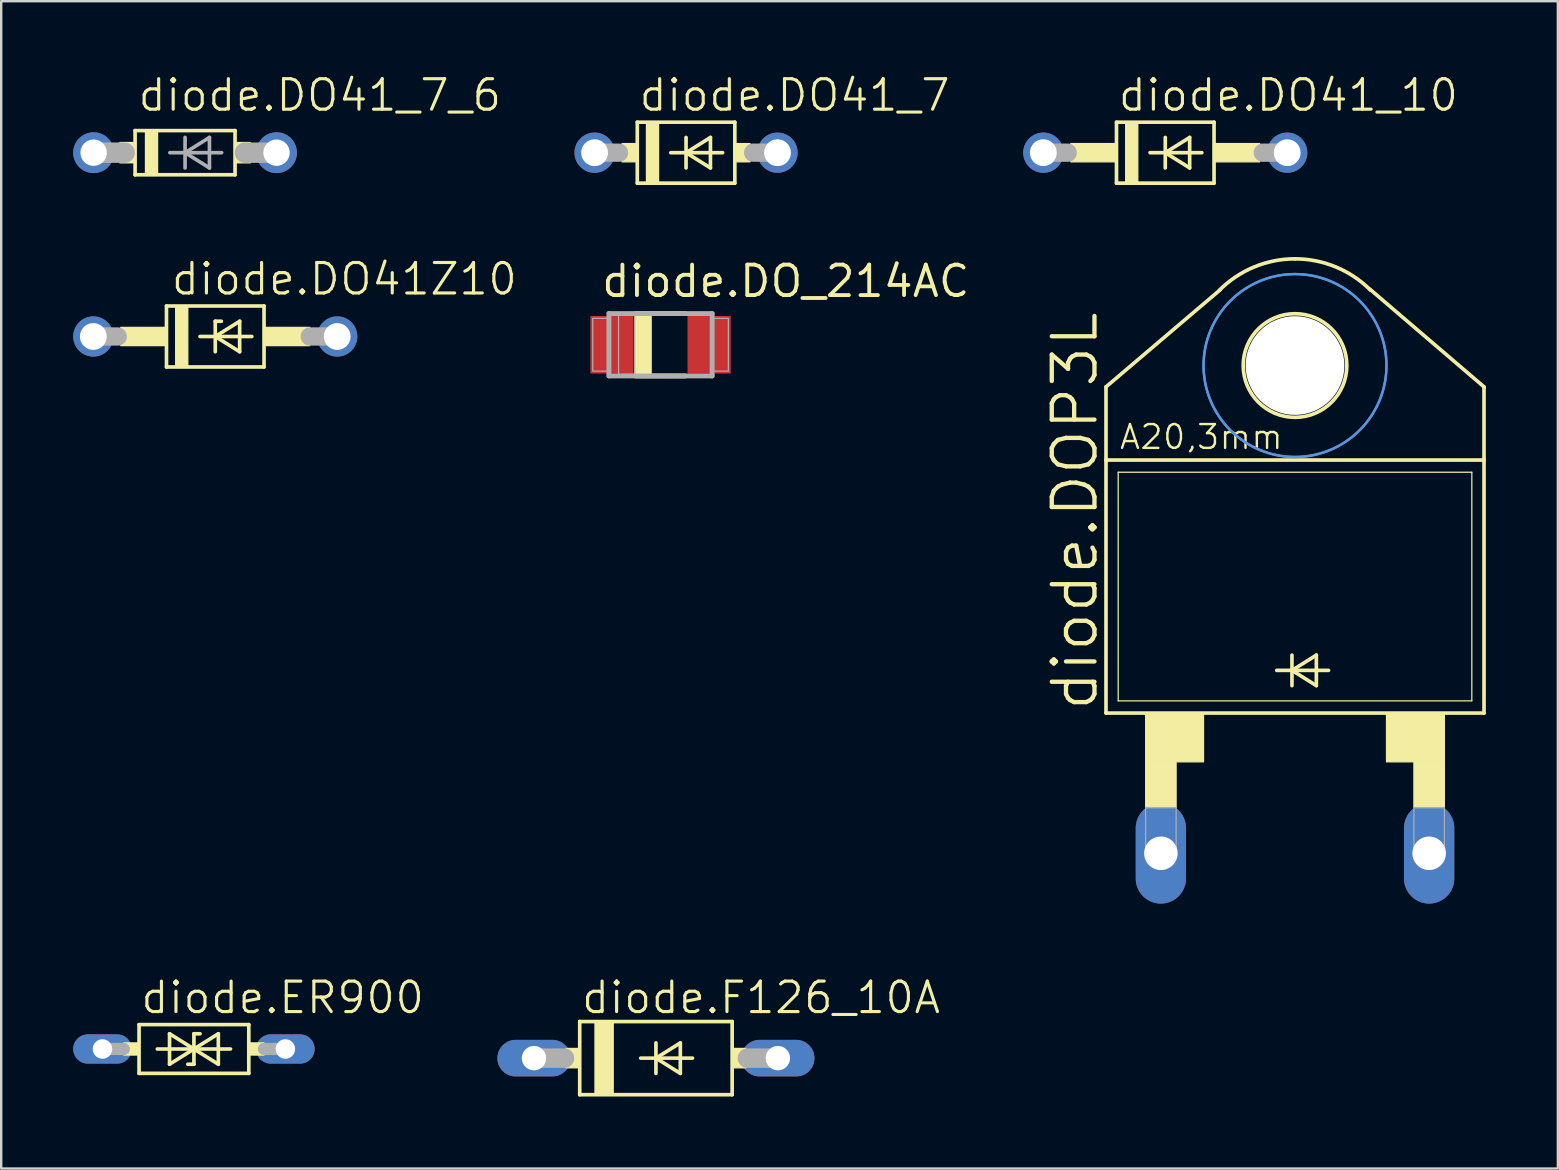
<source format=kicad_pcb>
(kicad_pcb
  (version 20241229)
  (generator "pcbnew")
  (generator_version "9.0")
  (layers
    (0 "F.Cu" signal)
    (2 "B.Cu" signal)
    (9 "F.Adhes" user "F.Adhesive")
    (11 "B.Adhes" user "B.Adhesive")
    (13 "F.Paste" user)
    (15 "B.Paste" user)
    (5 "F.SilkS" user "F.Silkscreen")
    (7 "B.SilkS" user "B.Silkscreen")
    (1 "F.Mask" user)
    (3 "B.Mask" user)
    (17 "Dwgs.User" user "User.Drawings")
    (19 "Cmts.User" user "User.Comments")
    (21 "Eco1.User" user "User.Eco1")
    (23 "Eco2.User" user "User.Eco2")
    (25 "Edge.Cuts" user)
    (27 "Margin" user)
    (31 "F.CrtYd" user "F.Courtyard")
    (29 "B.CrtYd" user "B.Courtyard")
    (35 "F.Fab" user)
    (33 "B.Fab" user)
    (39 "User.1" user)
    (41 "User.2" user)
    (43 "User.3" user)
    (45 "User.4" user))
  (footprint "diode.F126_10A"
    (layer "F.Cu")
    (at 24.276 41.032)
    (property "Reference" "diode.F126_10A" (at -3.175 -1.778 0) (layer "F.SilkS") (effects (font (size 1.27 1.27) (thickness 0.13)) (justify left bottom)))
    (attr through_hole)
    (fp_line (start -3.175 -1.524) (end -3.175 1.524) (stroke (width 0.152) (type default)) (layer "F.SilkS"))
    (fp_line (start -3.175 1.524) (end 3.175 1.524) (stroke (width 0.152) (type default)) (layer "F.SilkS"))
    (fp_line (start -0.635 0) (end 0 0) (stroke (width 0.152) (type default)) (layer "F.SilkS"))
    (fp_line (start 0 -0.635) (end 0 0) (stroke (width 0.152) (type default)) (layer "F.SilkS"))
    (fp_line (start 0 0) (end 0 0.635) (stroke (width 0.152) (type default)) (layer "F.SilkS"))
    (fp_line (start 0 0) (end 1.016 -0.635) (stroke (width 0.152) (type default)) (layer "F.SilkS"))
    (fp_line (start 0 0) (end 1.524 0) (stroke (width 0.152) (type default)) (layer "F.SilkS"))
    (fp_line (start 1.016 -0.635) (end 1.016 0.635) (stroke (width 0.152) (type default)) (layer "F.SilkS"))
    (fp_line (start 1.016 0.635) (end 0 0) (stroke (width 0.152) (type default)) (layer "F.SilkS"))
    (fp_line (start 3.175 -1.524) (end -3.175 -1.524) (stroke (width 0.152) (type default)) (layer "F.SilkS"))
    (fp_line (start 3.175 1.524) (end 3.175 -1.524) (stroke (width 0.152) (type default)) (layer "F.SilkS"))
    (fp_rect (start -3.734 0.406) (end -3.175 -0.406) (stroke (width 0.05) (type default)) (fill yes) (layer "F.SilkS"))
    (fp_rect (start -2.54 1.524) (end -1.778 -1.524) (stroke (width 0.05) (type default)) (fill yes) (layer "F.SilkS"))
    (fp_rect (start 3.175 0.406) (end 3.734 -0.406) (stroke (width 0.05) (type default)) (fill yes) (layer "F.SilkS"))
    (fp_line (start -5.08 0) (end -3.81 0) (stroke (width 0.813) (type default)) (layer "F.Fab"))
    (fp_line (start 5.08 0) (end 3.81 0) (stroke (width 0.813) (type default)) (layer "F.Fab"))
    (pad "A" thru_hole oval (at 5.08 0) (size 3.048 1.524) (drill 1.016) (layers "*.Cu" "*.Mask"))
    (pad "C" thru_hole oval (at -5.08 0) (size 3.048 1.524) (drill 1.016) (layers "*.Cu" "*.Mask")))
  (footprint "diode.DO41Z10"
    (layer "F.Cu")
    (at 5.918 10.968)
    (property "Reference" "diode.DO41Z10" (at -1.905 -1.651 0) (layer "F.SilkS") (effects (font (size 1.27 1.27) (thickness 0.13)) (justify left bottom)))
    (attr through_hole)
    (fp_line (start -2.032 -1.27) (end -2.032 1.27) (stroke (width 0.152) (type default)) (layer "F.SilkS"))
    (fp_line (start -2.032 -1.27) (end 2.032 -1.27) (stroke (width 0.152) (type default)) (layer "F.SilkS"))
    (fp_line (start -0.635 0) (end 0 0) (stroke (width 0.152) (type default)) (layer "F.SilkS"))
    (fp_line (start 0 -0.635) (end 0 0) (stroke (width 0.152) (type default)) (layer "F.SilkS"))
    (fp_line (start 0 0) (end 0 0.635) (stroke (width 0.152) (type default)) (layer "F.SilkS"))
    (fp_line (start 0 0) (end 1.016 -0.635) (stroke (width 0.152) (type default)) (layer "F.SilkS"))
    (fp_line (start 0 0) (end 1.524 0) (stroke (width 0.152) (type default)) (layer "F.SilkS"))
    (fp_line (start 0.254 -0.635) (end 0 -0.635) (stroke (width 0.152) (type default)) (layer "F.SilkS"))
    (fp_line (start 1.016 -0.635) (end 1.016 0.635) (stroke (width 0.152) (type default)) (layer "F.SilkS"))
    (fp_line (start 1.016 0.635) (end 0 0) (stroke (width 0.152) (type default)) (layer "F.SilkS"))
    (fp_line (start 2.032 1.27) (end -2.032 1.27) (stroke (width 0.152) (type default)) (layer "F.SilkS"))
    (fp_line (start 2.032 1.27) (end 2.032 -1.27) (stroke (width 0.152) (type default)) (layer "F.SilkS"))
    (fp_rect (start -3.937 0.381) (end -2.032 -0.381) (stroke (width 0.05) (type default)) (fill yes) (layer "F.SilkS"))
    (fp_rect (start -1.651 1.27) (end -1.143 -1.27) (stroke (width 0.05) (type default)) (fill yes) (layer "F.SilkS"))
    (fp_rect (start 2.032 0.381) (end 3.937 -0.381) (stroke (width 0.05) (type default)) (fill yes) (layer "F.SilkS"))
    (fp_line (start -5.08 0) (end -4.064 0) (stroke (width 0.762) (type default)) (layer "F.Fab"))
    (fp_line (start 5.08 0) (end 3.937 0) (stroke (width 0.762) (type default)) (layer "F.Fab"))
    (pad "A" thru_hole circle (at 5.08 0) (size 1.676 1.676) (drill 1.118) (layers "*.Cu" "*.Mask"))
    (pad "C" thru_hole circle (at -5.08 0) (size 1.676 1.676) (drill 1.118) (layers "*.Cu" "*.Mask")))
  (footprint "diode.DO_214AC"
    (layer "F.Cu")
    (at 24.468 11.312)
    (property "Reference" "diode.DO_214AC" (at -2.54 -1.905 0) (layer "F.SilkS") (effects (font (size 1.27 1.27) (thickness 0.16)) (justify left bottom)))
    (attr smd)
    (fp_line (start -1.035 -1.3) (end 1.025 -1.3) (stroke (width 0.203) (type default)) (layer "F.SilkS"))
    (fp_line (start 1.025 1.3) (end -1.035 1.3) (stroke (width 0.203) (type default)) (layer "F.SilkS"))
    (fp_rect (start -1.065 1.225) (end -0.39 -1.225) (stroke (width 0.05) (type default)) (fill yes) (layer "F.SilkS"))
    (fp_line (start -2.15 -1.3) (end 2.15 -1.3) (stroke (width 0.203) (type default)) (layer "F.Fab"))
    (fp_line (start -2.15 1.3) (end -2.15 -1.3) (stroke (width 0.203) (type default)) (layer "F.Fab"))
    (fp_line (start 2.15 -1.3) (end 2.15 1.3) (stroke (width 0.203) (type default)) (layer "F.Fab"))
    (fp_line (start 2.15 1.3) (end -2.15 1.3) (stroke (width 0.203) (type default)) (layer "F.Fab"))
    (fp_rect (start -2.825 1.1) (end -2.175 -1.1) (stroke (width 0.05) (type default)) (fill no) (layer "F.Fab"))
    (fp_rect (start -1.75 1.225) (end -1.075 -1.225) (stroke (width 0.05) (type default)) (fill no) (layer "F.Fab"))
    (fp_rect (start 2.175 1.1) (end 2.825 -1.1) (stroke (width 0.05) (type default)) (fill no) (layer "F.Fab"))
    (pad "A" smd roundrect (at 2.025 0 180) (size 1.8 2.4) (layers "F.Cu" "F.Mask" "F.Paste") (roundrect_rratio 0.01))
    (pad "C" smd roundrect (at -2.025 0) (size 1.8 2.4) (layers "F.Cu" "F.Mask" "F.Paste") (roundrect_rratio 0.01)))
  (footprint "diode.DO41_7_6"
    (layer "F.Cu")
    (at 4.66 3.311)
    (property "Reference" "diode.DO41_7_6" (at -2.032 -1.651 0) (layer "F.SilkS") (effects (font (size 1.27 1.27) (thickness 0.13)) (justify left bottom)))
    (attr through_hole)
    (fp_line (start -2.082 -0.92) (end -2.082 0.92) (stroke (width 0.152) (type default)) (layer "F.SilkS"))
    (fp_line (start -2.082 -0.92) (end 2.082 -0.92) (stroke (width 0.152) (type default)) (layer "F.SilkS"))
    (fp_line (start 2.082 0.92) (end -2.082 0.92) (stroke (width 0.152) (type default)) (layer "F.SilkS"))
    (fp_line (start 2.082 0.92) (end 2.082 -0.92) (stroke (width 0.152) (type default)) (layer "F.SilkS"))
    (fp_rect (start -2.717 0.425) (end -2.082 -0.425) (stroke (width 0.05) (type default)) (fill yes) (layer "F.SilkS"))
    (fp_rect (start -1.651 0.95) (end -1.143 -0.92) (stroke (width 0.05) (type default)) (fill yes) (layer "F.SilkS"))
    (fp_rect (start 2.082 0.425) (end 2.717 -0.425) (stroke (width 0.05) (type default)) (fill yes) (layer "F.SilkS"))
    (fp_line (start -3.81 0) (end -2.519 0) (stroke (width 0.85) (type default)) (layer "F.Fab"))
    (fp_line (start -0.635 0) (end 0 0) (stroke (width 0.152) (type default)) (layer "F.Fab"))
    (fp_line (start 0 -0.635) (end 0 0) (stroke (width 0.152) (type default)) (layer "F.Fab"))
    (fp_line (start 0 0) (end 0 0.635) (stroke (width 0.152) (type default)) (layer "F.Fab"))
    (fp_line (start 0 0) (end 1.016 -0.635) (stroke (width 0.152) (type default)) (layer "F.Fab"))
    (fp_line (start 0 0) (end 1.524 0) (stroke (width 0.152) (type default)) (layer "F.Fab"))
    (fp_line (start 1.016 -0.635) (end 1.016 0.635) (stroke (width 0.152) (type default)) (layer "F.Fab"))
    (fp_line (start 1.016 0.635) (end 0 0) (stroke (width 0.152) (type default)) (layer "F.Fab"))
    (fp_line (start 3.81 0) (end 2.494 0) (stroke (width 0.85) (type default)) (layer "F.Fab"))
    (pad "A" thru_hole circle (at 3.81 0) (size 1.7 1.7) (drill 1.1) (layers "*.Cu" "*.Mask"))
    (pad "C" thru_hole circle (at -3.81 0) (size 1.7 1.7) (drill 1.1) (layers "*.Cu" "*.Mask")))
  (footprint "diode.DO41_7"
    (layer "F.Cu")
    (at 25.531 3.311)
    (property "Reference" "diode.DO41_7" (at -2.032 -1.651 0) (layer "F.SilkS") (effects (font (size 1.27 1.27) (thickness 0.13)) (justify left bottom)))
    (attr through_hole)
    (fp_line (start -2.032 -1.27) (end -2.032 1.27) (stroke (width 0.152) (type default)) (layer "F.SilkS"))
    (fp_line (start -2.032 -1.27) (end 2.032 -1.27) (stroke (width 0.152) (type default)) (layer "F.SilkS"))
    (fp_line (start -0.635 0) (end 0 0) (stroke (width 0.152) (type default)) (layer "F.SilkS"))
    (fp_line (start 0 -0.635) (end 0 0) (stroke (width 0.152) (type default)) (layer "F.SilkS"))
    (fp_line (start 0 0) (end 0 0.635) (stroke (width 0.152) (type default)) (layer "F.SilkS"))
    (fp_line (start 0 0) (end 1.016 -0.635) (stroke (width 0.152) (type default)) (layer "F.SilkS"))
    (fp_line (start 0 0) (end 1.524 0) (stroke (width 0.152) (type default)) (layer "F.SilkS"))
    (fp_line (start 1.016 -0.635) (end 1.016 0.635) (stroke (width 0.152) (type default)) (layer "F.SilkS"))
    (fp_line (start 1.016 0.635) (end 0 0) (stroke (width 0.152) (type default)) (layer "F.SilkS"))
    (fp_line (start 2.032 1.27) (end -2.032 1.27) (stroke (width 0.152) (type default)) (layer "F.SilkS"))
    (fp_line (start 2.032 1.27) (end 2.032 -1.27) (stroke (width 0.152) (type default)) (layer "F.SilkS"))
    (fp_rect (start -2.667 0.381) (end -2.032 -0.381) (stroke (width 0.05) (type default)) (fill yes) (layer "F.SilkS"))
    (fp_rect (start -1.651 1.27) (end -1.143 -1.27) (stroke (width 0.05) (type default)) (fill yes) (layer "F.SilkS"))
    (fp_rect (start 2.032 0.381) (end 2.667 -0.381) (stroke (width 0.05) (type default)) (fill yes) (layer "F.SilkS"))
    (fp_line (start -3.81 0) (end -2.794 0) (stroke (width 0.762) (type default)) (layer "F.Fab"))
    (fp_line (start 3.81 0) (end 2.794 0) (stroke (width 0.762) (type default)) (layer "F.Fab"))
    (pad "A" thru_hole circle (at 3.81 0) (size 1.676 1.676) (drill 1.118) (layers "*.Cu" "*.Mask"))
    (pad "C" thru_hole circle (at -3.81 0) (size 1.676 1.676) (drill 1.118) (layers "*.Cu" "*.Mask")))
  (footprint "diode.ER900"
    (layer "F.Cu")
    (at 5.029 40.651)
    (property "Reference" "diode.ER900" (at -2.286 -1.397 0) (layer "F.SilkS") (effects (font (size 1.27 1.27) (thickness 0.13)) (justify left bottom)))
    (attr through_hole)
    (fp_line (start -2.286 -1.016) (end -2.286 1.016) (stroke (width 0.152) (type default)) (layer "F.SilkS"))
    (fp_line (start -2.286 1.016) (end 2.286 1.016) (stroke (width 0.152) (type default)) (layer "F.SilkS"))
    (fp_line (start -1.016 -0.635) (end 0 0) (stroke (width 0.152) (type default)) (layer "F.SilkS"))
    (fp_line (start -1.016 0.635) (end -1.016 -0.635) (stroke (width 0.152) (type default)) (layer "F.SilkS"))
    (fp_line (start -0.254 0.635) (end 0 0.635) (stroke (width 0.152) (type default)) (layer "F.SilkS"))
    (fp_line (start 0 -0.635) (end 0 0) (stroke (width 0.152) (type default)) (layer "F.SilkS"))
    (fp_line (start 0 0) (end -1.524 0) (stroke (width 0.152) (type default)) (layer "F.SilkS"))
    (fp_line (start 0 0) (end -1.016 0.635) (stroke (width 0.152) (type default)) (layer "F.SilkS"))
    (fp_line (start 0 0) (end 1.016 -0.635) (stroke (width 0.152) (type default)) (layer "F.SilkS"))
    (fp_line (start 0 0) (end 1.524 0) (stroke (width 0.152) (type default)) (layer "F.SilkS"))
    (fp_line (start 0 0.635) (end 0 0) (stroke (width 0.152) (type default)) (layer "F.SilkS"))
    (fp_line (start 0.254 -0.635) (end 0 -0.635) (stroke (width 0.152) (type default)) (layer "F.SilkS"))
    (fp_line (start 1.016 -0.635) (end 1.016 0.635) (stroke (width 0.152) (type default)) (layer "F.SilkS"))
    (fp_line (start 1.016 0.635) (end 0 0) (stroke (width 0.152) (type default)) (layer "F.SilkS"))
    (fp_line (start 2.286 -1.016) (end -2.286 -1.016) (stroke (width 0.152) (type default)) (layer "F.SilkS"))
    (fp_line (start 2.286 1.016) (end 2.286 -1.016) (stroke (width 0.152) (type default)) (layer "F.SilkS"))
    (fp_rect (start -2.921 0.254) (end -2.286 -0.254) (stroke (width 0.05) (type default)) (fill yes) (layer "F.SilkS"))
    (fp_rect (start 2.286 0.254) (end 2.921 -0.254) (stroke (width 0.05) (type default)) (fill yes) (layer "F.SilkS"))
    (fp_line (start -3.81 0) (end -2.921 0) (stroke (width 0.508) (type default)) (layer "F.Fab"))
    (fp_line (start 3.81 0) (end 2.921 0) (stroke (width 0.508) (type default)) (layer "F.Fab"))
    (pad "1" thru_hole oval (at -3.81 0) (size 2.438 1.219) (drill 0.813) (layers "*.Cu" "*.Mask"))
    (pad "2" thru_hole oval (at 3.81 0) (size 2.438 1.219) (drill 0.813) (layers "*.Cu" "*.Mask")))
  (footprint "diode.DOP3L"
    (layer "F.Cu")
    (at 50.9 24.878)
    (property "Reference" "diode.DOP3L" (at -8.128 1.778 90) (layer "F.SilkS") (effects (font (size 1.778 1.778) (thickness 0.18)) (justify left bottom)))
    (attr through_hole)
    (fp_line (start -7.874 -11.811) (end -3.124 -15.85) (stroke (width 0.152) (type default)) (layer "F.SilkS"))
    (fp_line (start -7.874 -8.763) (end -7.874 -11.811) (stroke (width 0.152) (type default)) (layer "F.SilkS"))
    (fp_line (start -7.874 1.778) (end -7.874 -8.763) (stroke (width 0.152) (type default)) (layer "F.SilkS"))
    (fp_line (start -7.874 1.778) (end 7.874 1.778) (stroke (width 0.152) (type default)) (layer "F.SilkS"))
    (fp_line (start -7.366 1.27) (end -7.366 -8.255) (stroke (width 0.051) (type default)) (layer "F.SilkS"))
    (fp_line (start -7.366 1.27) (end 7.366 1.27) (stroke (width 0.051) (type default)) (layer "F.SilkS"))
    (fp_line (start -0.762 0) (end -0.127 0) (stroke (width 0.152) (type default)) (layer "F.SilkS"))
    (fp_line (start -0.127 -0.635) (end -0.127 0) (stroke (width 0.152) (type default)) (layer "F.SilkS"))
    (fp_line (start -0.127 0) (end -0.127 0.635) (stroke (width 0.152) (type default)) (layer "F.SilkS"))
    (fp_line (start -0.127 0) (end 0.889 -0.635) (stroke (width 0.152) (type default)) (layer "F.SilkS"))
    (fp_line (start -0.127 0) (end 1.397 0) (stroke (width 0.152) (type default)) (layer "F.SilkS"))
    (fp_line (start 0.889 -0.635) (end 0.889 0.635) (stroke (width 0.152) (type default)) (layer "F.SilkS"))
    (fp_line (start 0.889 0.635) (end -0.127 0) (stroke (width 0.152) (type default)) (layer "F.SilkS"))
    (fp_line (start 7.366 -8.255) (end -7.366 -8.255) (stroke (width 0.051) (type default)) (layer "F.SilkS"))
    (fp_line (start 7.366 -8.255) (end 7.366 1.27) (stroke (width 0.051) (type default)) (layer "F.SilkS"))
    (fp_line (start 7.874 -11.811) (end 3.124 -15.875) (stroke (width 0.152) (type default)) (layer "F.SilkS"))
    (fp_line (start 7.874 -8.763) (end -7.874 -8.763) (stroke (width 0.152) (type default)) (layer "F.SilkS"))
    (fp_line (start 7.874 -8.763) (end 7.874 -11.811) (stroke (width 0.152) (type default)) (layer "F.SilkS"))
    (fp_line (start 7.874 -8.763) (end 7.874 1.778) (stroke (width 0.152) (type default)) (layer "F.SilkS"))
    (fp_rect (start -6.223 3.81) (end -3.81 1.778) (stroke (width 0.05) (type default)) (fill yes) (layer "F.SilkS"))
    (fp_rect (start -6.223 5.715) (end -4.953 3.81) (stroke (width 0.05) (type default)) (fill yes) (layer "F.SilkS"))
    (fp_rect (start 3.81 3.81) (end 6.223 1.778) (stroke (width 0.05) (type default)) (fill yes) (layer "F.SilkS"))
    (fp_rect (start 4.953 5.715) (end 6.223 3.81) (stroke (width 0.05) (type default)) (fill yes) (layer "F.SilkS"))
    (fp_arc (start -3.1431 -15.8431) (mid -1.701032 -16.806651) (end 0 -17.145) (stroke (width 0.1524) (type default)) (layer "F.SilkS"))
    (fp_arc (start 0 -17.145) (mid 1.701032 -16.806651) (end 3.1431 -15.8431) (stroke (width 0.1524) (type default)) (layer "F.SilkS"))
    (fp_circle (center 0 -12.7) (end 2.159 -12.7) (stroke (width 0.152) (type default)) (fill no) (layer "F.SilkS"))
    (fp_circle (center 0 -12.7) (end 3.81 -12.7) (stroke (width 0.1) (type default)) (fill no) (layer "Cmts.User"))
    (fp_circle (center 0 -12.7) (end 3.81 -12.7) (stroke (width 0.1) (type default)) (fill no) (layer "Cmts.User"))
    (fp_rect (start -6.223 7.62) (end -4.953 5.715) (stroke (width 0.05) (type default)) (fill no) (layer "F.Fab"))
    (fp_rect (start 4.953 7.62) (end 6.223 5.715) (stroke (width 0.05) (type default)) (fill no) (layer "F.Fab"))
    (fp_text user "A20,3mm" (at -7.366 -9.144 0) (layer "F.SilkS") (effects (font (size 0.991 0.991) (thickness 0.1)) (justify left bottom)))
    (pad "" np_thru_hole circle (at 0 -12.7) (size 4.115 4.115) (drill 4.115) (layers "*.Cu" "*.Mask"))
    (pad "A" thru_hole oval (at 5.588 7.62 90) (size 4.191 2.095) (drill 1.397) (layers "*.Cu" "*.Mask"))
    (pad "C" thru_hole oval (at -5.588 7.62 90) (size 4.191 2.095) (drill 1.397) (layers "*.Cu" "*.Mask")))
  (footprint "diode.DO41_10"
    (layer "F.Cu")
    (at 45.495 3.311)
    (property "Reference" "diode.DO41_10" (at -2.032 -1.651 0) (layer "F.SilkS") (effects (font (size 1.27 1.27) (thickness 0.13)) (justify left bottom)))
    (attr through_hole)
    (fp_line (start -2.032 -1.27) (end -2.032 1.27) (stroke (width 0.152) (type default)) (layer "F.SilkS"))
    (fp_line (start -2.032 -1.27) (end 2.032 -1.27) (stroke (width 0.152) (type default)) (layer "F.SilkS"))
    (fp_line (start -0.635 0) (end 0 0) (stroke (width 0.152) (type default)) (layer "F.SilkS"))
    (fp_line (start 0 -0.635) (end 0 0) (stroke (width 0.152) (type default)) (layer "F.SilkS"))
    (fp_line (start 0 0) (end 0 0.635) (stroke (width 0.152) (type default)) (layer "F.SilkS"))
    (fp_line (start 0 0) (end 1.016 -0.635) (stroke (width 0.152) (type default)) (layer "F.SilkS"))
    (fp_line (start 0 0) (end 1.524 0) (stroke (width 0.152) (type default)) (layer "F.SilkS"))
    (fp_line (start 1.016 -0.635) (end 1.016 0.635) (stroke (width 0.152) (type default)) (layer "F.SilkS"))
    (fp_line (start 1.016 0.635) (end 0 0) (stroke (width 0.152) (type default)) (layer "F.SilkS"))
    (fp_line (start 2.032 1.27) (end -2.032 1.27) (stroke (width 0.152) (type default)) (layer "F.SilkS"))
    (fp_line (start 2.032 1.27) (end 2.032 -1.27) (stroke (width 0.152) (type default)) (layer "F.SilkS"))
    (fp_rect (start -3.937 0.381) (end -2.032 -0.381) (stroke (width 0.05) (type default)) (fill yes) (layer "F.SilkS"))
    (fp_rect (start -1.651 1.27) (end -1.143 -1.27) (stroke (width 0.05) (type default)) (fill yes) (layer "F.SilkS"))
    (fp_rect (start 2.032 0.381) (end 3.937 -0.381) (stroke (width 0.05) (type default)) (fill yes) (layer "F.SilkS"))
    (fp_line (start -5.08 0) (end -4.064 0) (stroke (width 0.762) (type default)) (layer "F.Fab"))
    (fp_line (start 5.08 0) (end 4.064 0) (stroke (width 0.762) (type default)) (layer "F.Fab"))
    (pad "A" thru_hole circle (at 5.08 0) (size 1.676 1.676) (drill 1.118) (layers "*.Cu" "*.Mask"))
    (pad "C" thru_hole circle (at -5.08 0) (size 1.676 1.676) (drill 1.118) (layers "*.Cu" "*.Mask")))
  (gr_rect
    (start -3 -3)
    (end 61.85 45.632)
    (stroke (width 0.1) (type default))
    (fill no)
    (layer "Edge.Cuts")))
</source>
